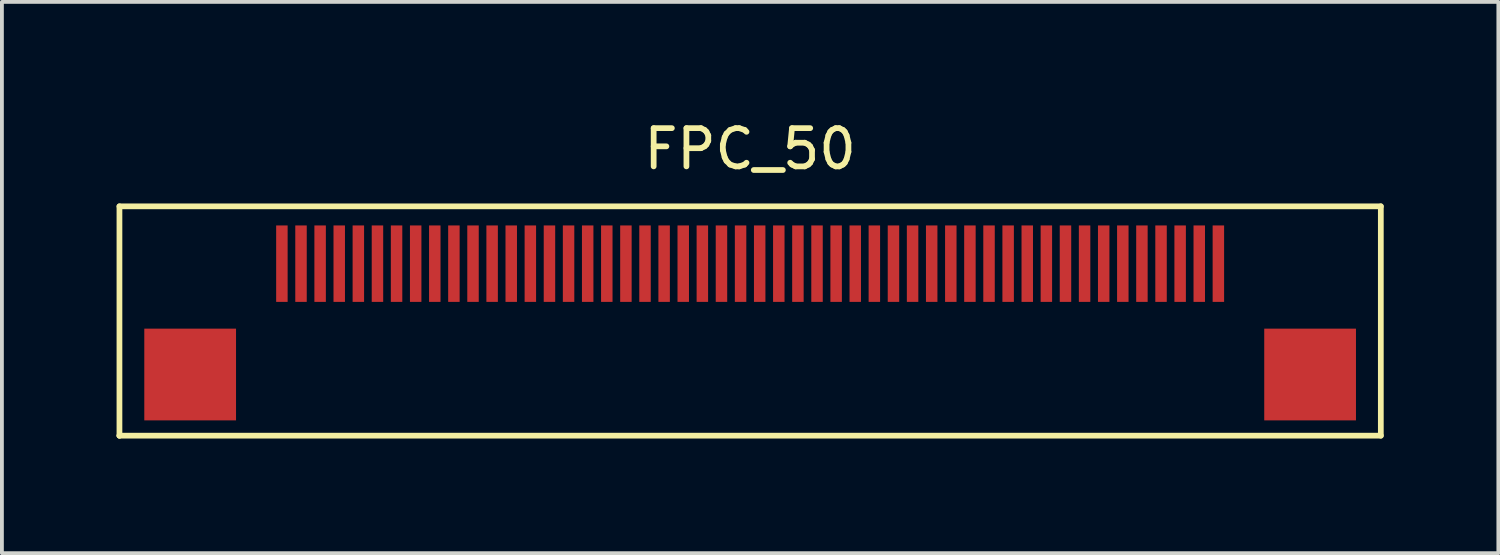
<source format=kicad_pcb>
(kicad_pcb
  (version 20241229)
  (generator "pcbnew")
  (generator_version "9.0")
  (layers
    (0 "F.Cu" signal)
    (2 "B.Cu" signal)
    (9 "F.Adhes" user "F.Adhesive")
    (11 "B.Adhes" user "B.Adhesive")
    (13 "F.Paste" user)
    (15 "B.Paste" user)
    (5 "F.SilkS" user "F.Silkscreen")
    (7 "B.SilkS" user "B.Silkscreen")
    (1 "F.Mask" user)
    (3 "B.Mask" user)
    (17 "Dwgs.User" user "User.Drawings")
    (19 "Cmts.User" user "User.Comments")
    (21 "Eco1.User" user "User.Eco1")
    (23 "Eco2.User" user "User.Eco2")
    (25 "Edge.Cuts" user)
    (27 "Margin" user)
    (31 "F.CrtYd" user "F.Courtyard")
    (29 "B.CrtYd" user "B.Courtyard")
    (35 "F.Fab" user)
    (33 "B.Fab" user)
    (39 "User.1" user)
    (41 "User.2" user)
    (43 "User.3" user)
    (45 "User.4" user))
  (footprint "FPC_50"
    (layer "F.Cu")
    (at 16.575 3.848)
    (property "Reference" "FPC_50" (at 0 -3 0) (layer "F.SilkS") (effects (font (size 1 1) (thickness 0.15))))
    (attr smd)
    (fp_line (start -16.5 -1.5) (end 16.5 -1.5) (stroke (width 0.15) (type solid)) (layer "F.SilkS"))
    (fp_line (start -16.5 4.5) (end -16.5 -1.5) (stroke (width 0.15) (type solid)) (layer "F.SilkS"))
    (fp_line (start -16.5 4.5) (end -16.5 4.5) (stroke (width 0.15) (type solid)) (layer "F.SilkS"))
    (fp_line (start 16.5 -1.5) (end 16.5 4.5) (stroke (width 0.15) (type solid)) (layer "F.SilkS"))
    (fp_line (start 16.5 4.5) (end -16.5 4.5) (stroke (width 0.15) (type solid)) (layer "F.SilkS"))
    (pad "" smd rect (at -14.65 2.9) (size 2.4 2.4) (layers "F.Cu" "F.Mask" "F.Paste"))
    (pad "" smd rect (at 14.65 2.9) (size 2.4 2.4) (layers "F.Cu" "F.Mask" "F.Paste"))
    (pad "1" smd rect (at -12.25 0) (size 0.3 2) (layers "F.Cu" "F.Mask" "F.Paste"))
    (pad "2" smd rect (at -11.75 0) (size 0.3 2) (layers "F.Cu" "F.Mask" "F.Paste"))
    (pad "3" smd rect (at -11.25 0) (size 0.3 2) (layers "F.Cu" "F.Mask" "F.Paste"))
    (pad "4" smd rect (at -10.75 0) (size 0.3 2) (layers "F.Cu" "F.Mask" "F.Paste"))
    (pad "5" smd rect (at -10.25 0) (size 0.3 2) (layers "F.Cu" "F.Mask" "F.Paste"))
    (pad "6" smd rect (at -9.75 0) (size 0.3 2) (layers "F.Cu" "F.Mask" "F.Paste"))
    (pad "7" smd rect (at -9.25 0) (size 0.3 2) (layers "F.Cu" "F.Mask" "F.Paste"))
    (pad "8" smd rect (at -8.75 0) (size 0.3 2) (layers "F.Cu" "F.Mask" "F.Paste"))
    (pad "9" smd rect (at -8.25 0) (size 0.3 2) (layers "F.Cu" "F.Mask" "F.Paste"))
    (pad "10" smd rect (at -7.75 0) (size 0.3 2) (layers "F.Cu" "F.Mask" "F.Paste"))
    (pad "11" smd rect (at -7.25 0) (size 0.3 2) (layers "F.Cu" "F.Mask" "F.Paste"))
    (pad "12" smd rect (at -6.75 0) (size 0.3 2) (layers "F.Cu" "F.Mask" "F.Paste"))
    (pad "13" smd rect (at -6.25 0) (size 0.3 2) (layers "F.Cu" "F.Mask" "F.Paste"))
    (pad "14" smd rect (at -5.75 0) (size 0.3 2) (layers "F.Cu" "F.Mask" "F.Paste"))
    (pad "15" smd rect (at -5.25 0) (size 0.3 2) (layers "F.Cu" "F.Mask" "F.Paste"))
    (pad "16" smd rect (at -4.75 0) (size 0.3 2) (layers "F.Cu" "F.Mask" "F.Paste"))
    (pad "17" smd rect (at -4.25 0) (size 0.3 2) (layers "F.Cu" "F.Mask" "F.Paste"))
    (pad "18" smd rect (at -3.75 0) (size 0.3 2) (layers "F.Cu" "F.Mask" "F.Paste"))
    (pad "19" smd rect (at -3.25 0) (size 0.3 2) (layers "F.Cu" "F.Mask" "F.Paste"))
    (pad "20" smd rect (at -2.75 0) (size 0.3 2) (layers "F.Cu" "F.Mask" "F.Paste"))
    (pad "21" smd rect (at -2.25 0) (size 0.3 2) (layers "F.Cu" "F.Mask" "F.Paste"))
    (pad "22" smd rect (at -1.75 0) (size 0.3 2) (layers "F.Cu" "F.Mask" "F.Paste"))
    (pad "23" smd rect (at -1.25 0) (size 0.3 2) (layers "F.Cu" "F.Mask" "F.Paste"))
    (pad "24" smd rect (at -0.75 0) (size 0.3 2) (layers "F.Cu" "F.Mask" "F.Paste"))
    (pad "25" smd rect (at -0.25 0) (size 0.3 2) (layers "F.Cu" "F.Mask" "F.Paste"))
    (pad "26" smd rect (at 0.25 0) (size 0.3 2) (layers "F.Cu" "F.Mask" "F.Paste"))
    (pad "27" smd rect (at 0.75 0) (size 0.3 2) (layers "F.Cu" "F.Mask" "F.Paste"))
    (pad "28" smd rect (at 1.25 0) (size 0.3 2) (layers "F.Cu" "F.Mask" "F.Paste"))
    (pad "29" smd rect (at 1.75 0) (size 0.3 2) (layers "F.Cu" "F.Mask" "F.Paste"))
    (pad "30" smd rect (at 2.25 0) (size 0.3 2) (layers "F.Cu" "F.Mask" "F.Paste"))
    (pad "31" smd rect (at 2.75 0) (size 0.3 2) (layers "F.Cu" "F.Mask" "F.Paste"))
    (pad "32" smd rect (at 3.25 0) (size 0.3 2) (layers "F.Cu" "F.Mask" "F.Paste"))
    (pad "33" smd rect (at 3.75 0) (size 0.3 2) (layers "F.Cu" "F.Mask" "F.Paste"))
    (pad "34" smd rect (at 4.25 0) (size 0.3 2) (layers "F.Cu" "F.Mask" "F.Paste"))
    (pad "35" smd rect (at 4.75 0) (size 0.3 2) (layers "F.Cu" "F.Mask" "F.Paste"))
    (pad "36" smd rect (at 5.25 0) (size 0.3 2) (layers "F.Cu" "F.Mask" "F.Paste"))
    (pad "37" smd rect (at 5.75 0) (size 0.3 2) (layers "F.Cu" "F.Mask" "F.Paste"))
    (pad "38" smd rect (at 6.25 0) (size 0.3 2) (layers "F.Cu" "F.Mask" "F.Paste"))
    (pad "39" smd rect (at 6.75 0) (size 0.3 2) (layers "F.Cu" "F.Mask" "F.Paste"))
    (pad "40" smd rect (at 7.25 0) (size 0.3 2) (layers "F.Cu" "F.Mask" "F.Paste"))
    (pad "41" smd rect (at 7.75 0) (size 0.3 2) (layers "F.Cu" "F.Mask" "F.Paste"))
    (pad "42" smd rect (at 8.25 0) (size 0.3 2) (layers "F.Cu" "F.Mask" "F.Paste"))
    (pad "43" smd rect (at 8.75 0) (size 0.3 2) (layers "F.Cu" "F.Mask" "F.Paste"))
    (pad "44" smd rect (at 9.25 0) (size 0.3 2) (layers "F.Cu" "F.Mask" "F.Paste"))
    (pad "45" smd rect (at 9.75 0) (size 0.3 2) (layers "F.Cu" "F.Mask" "F.Paste"))
    (pad "46" smd rect (at 10.25 0) (size 0.3 2) (layers "F.Cu" "F.Mask" "F.Paste"))
    (pad "47" smd rect (at 10.75 0) (size 0.3 2) (layers "F.Cu" "F.Mask" "F.Paste"))
    (pad "48" smd rect (at 11.25 0) (size 0.3 2) (layers "F.Cu" "F.Mask" "F.Paste"))
    (pad "49" smd rect (at 11.75 0) (size 0.3 2) (layers "F.Cu" "F.Mask" "F.Paste"))
    (pad "50" smd rect (at 12.25 0) (size 0.3 2) (layers "F.Cu" "F.Mask" "F.Paste")))
  (gr_rect
    (start -3 -3)
    (end 36.15 11.423)
    (stroke (width 0.1) (type default))
    (fill no)
    (layer "Edge.Cuts")))
</source>
